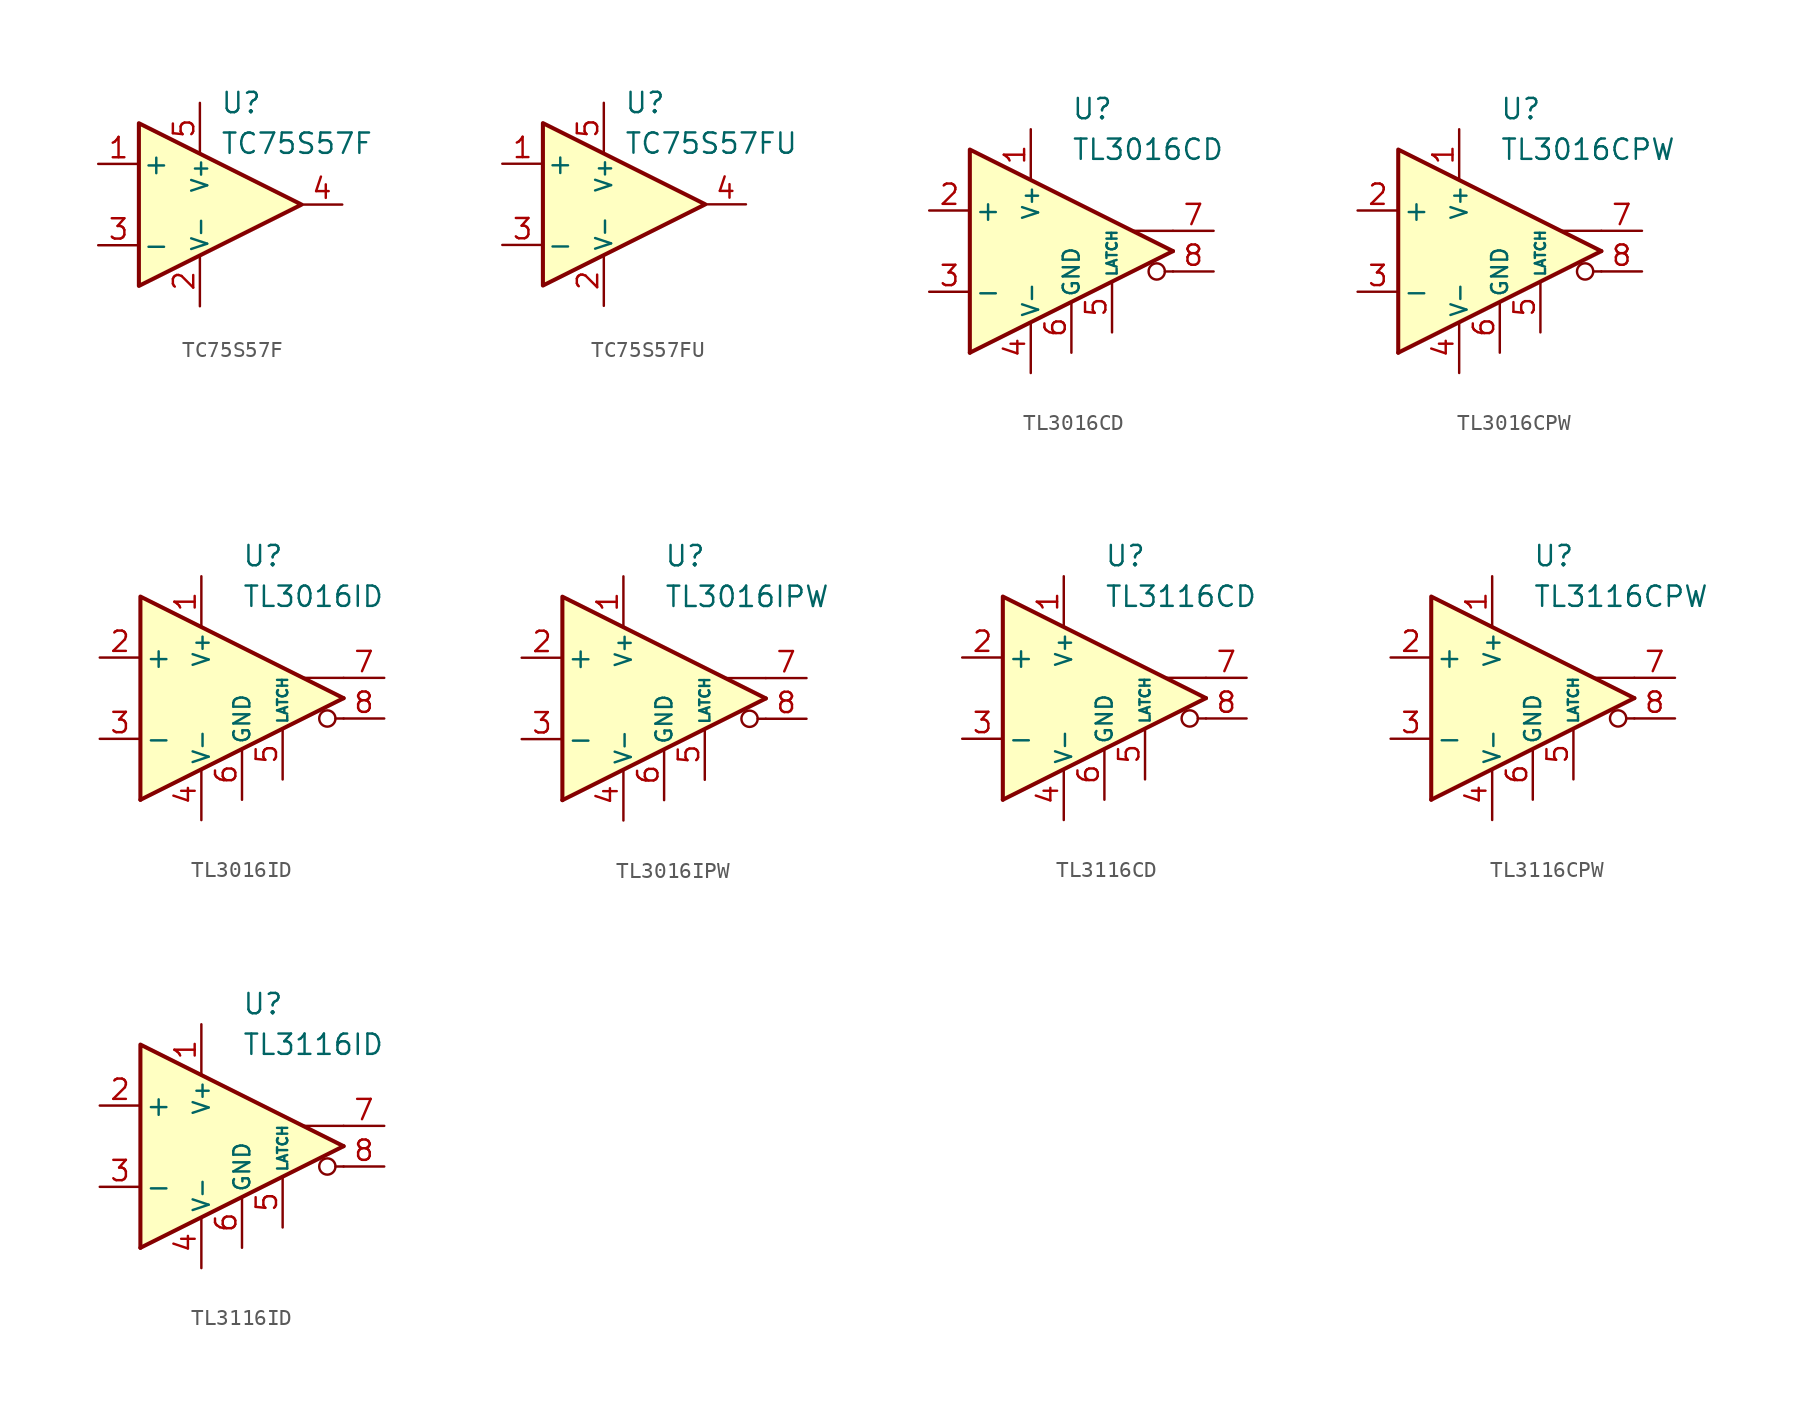
<source format=kicad_sym>
(kicad_symbol_lib
  (version 20211014)
  (generator kicad_symbol_editor)
  (symbol "TC75S57F"
    (pin_names
      (offset 0.2))
    (property "Reference" "U"
      (at 1.27 6.35 0)
      (effects (font (size 1.27 1.27)) (justify left)))
    (property "Value" "TC75S57F"
      (at 1.27 3.81 0)
      (effects (font (size 1.27 1.27)) (justify left)))
    (symbol "TC75S57F_0_1"
      (polyline (pts (xy -3.81 5.08) (xy -3.81 -5.08) (xy 6.35 0) (xy -3.81 5.08)) (stroke (width 0.254) (type default) (color 0 0 0 0)) (fill (type background))))
    (symbol "TC75S57F_1_1"
      (pin input line (at -6.35 2.54 0) (length 2.54) (name "+" (effects (font (size 1.27 1.27)))) (number "1" (effects (font (size 1.27 1.27)))))
      (pin power_in line (at 0 -6.35 90) (length 3.18) (name "V-" (effects (font (size 1 1)))) (number "2" (effects (font (size 1.27 1.27)))))
      (pin input line (at -6.35 -2.54 0) (length 2.54) (name "-" (effects (font (size 1.27 1.27)))) (number "3" (effects (font (size 1.27 1.27)))))
      (pin output line (at 8.89 0 180) (length 2.54) (name "~" (effects (font (size 1.27 1.27)))) (number "4" (effects (font (size 1.27 1.27)))))
      (pin power_in line (at 0 6.35 270) (length 3.18) (name "V+" (effects (font (size 1 1)))) (number "5" (effects (font (size 1.27 1.27)))))))
  (symbol "TC75S57FU"
    (pin_names
      (offset 0.2))
    (property "Reference" "U"
      (at 1.27 6.35 0)
      (effects (font (size 1.27 1.27)) (justify left)))
    (property "Value" "TC75S57FU"
      (at 1.27 3.81 0)
      (effects (font (size 1.27 1.27)) (justify left)))
    (symbol "TC75S57FU_0_1"
      (polyline (pts (xy -3.81 5.08) (xy -3.81 -5.08) (xy 6.35 0) (xy -3.81 5.08)) (stroke (width 0.254) (type default) (color 0 0 0 0)) (fill (type background))))
    (symbol "TC75S57FU_1_1"
      (pin input line (at -6.35 2.54 0) (length 2.54) (name "+" (effects (font (size 1.27 1.27)))) (number "1" (effects (font (size 1.27 1.27)))))
      (pin power_in line (at 0 -6.35 90) (length 3.18) (name "V-" (effects (font (size 1 1)))) (number "2" (effects (font (size 1.27 1.27)))))
      (pin input line (at -6.35 -2.54 0) (length 2.54) (name "-" (effects (font (size 1.27 1.27)))) (number "3" (effects (font (size 1.27 1.27)))))
      (pin output line (at 8.89 0 180) (length 2.54) (name "~" (effects (font (size 1.27 1.27)))) (number "4" (effects (font (size 1.27 1.27)))))
      (pin power_in line (at 0 6.35 270) (length 3.18) (name "V+" (effects (font (size 1 1)))) (number "5" (effects (font (size 1.27 1.27)))))))
  (symbol "TL3016CD"
    (pin_names
      (offset 0.254))
    (property "Reference" "U"
      (at 0 8.89 0)
      (effects (font (size 1.27 1.27)) (justify left)))
    (property "Value" "TL3016CD"
      (at 0 6.35 0)
      (effects (font (size 1.27 1.27)) (justify left)))
    (symbol "TL3016CD_0_0"
      (polyline (pts (xy 6.35 -1.27) (xy 5.842 -1.27)) (stroke (width 0.152) (type default) (color 0 0 0 0)) (fill (type none)))
      (polyline (pts (xy 6.35 0) (xy -6.35 -6.35)) (stroke (width 0.254) (type default) (color 0 0 0 0)) (fill (type none)))
      (polyline (pts (xy 6.35 1.27) (xy 3.81 1.27)) (stroke (width 0.152) (type default) (color 0 0 0 0)) (fill (type none)))
      (polyline (pts (xy 6.35 0) (xy -6.35 6.35) (xy -6.35 -6.35)) (stroke (width 0.254) (type default) (color 0 0 0 0)) (fill (type background)))
      (circle (center 5.334 -1.27) (radius 0.508) (stroke (width 0.152) (type default) (color 0 0 0 0)) (fill (type none))))
    (symbol "TL3016CD_1_1"
      (pin power_in line (at -2.54 7.62 270) (length 3.18) (name "V+" (effects (font (size 1 1)))) (number "1" (effects (font (size 1.27 1.27)))))
      (pin input line (at -8.89 2.54 0) (length 2.54) (name "+" (effects (font (size 1.27 1.27)))) (number "2" (effects (font (size 1.27 1.27)))))
      (pin input line (at -8.89 -2.54 0) (length 2.54) (name "-" (effects (font (size 1.27 1.27)))) (number "3" (effects (font (size 1.27 1.27)))))
      (pin power_in line (at -2.54 -7.62 90) (length 3.18) (name "V-" (effects (font (size 1 1)))) (number "4" (effects (font (size 1.27 1.27)))))
      (pin input line (at 2.54 -5.08 90) (length 3.18) (name "LATCH" (effects (font (size 0.635 0.635)))) (number "5" (effects (font (size 1.27 1.27)))))
      (pin power_in line (at 0 -6.35 90) (length 3.18) (name "GND" (effects (font (size 1 1)))) (number "6" (effects (font (size 1.27 1.27)))))
      (pin output line (at 8.89 1.27 180) (length 2.54) (name "~" (effects (font (size 1.27 1.27)))) (number "7" (effects (font (size 1.27 1.27)))))
      (pin output line (at 8.89 -1.27 180) (length 2.54) (name "~" (effects (font (size 1.27 1.27)))) (number "8" (effects (font (size 1.27 1.27)))))))
  (symbol "TL3016CPW"
    (pin_names
      (offset 0.254))
    (property "Reference" "U"
      (at 0 8.89 0)
      (effects (font (size 1.27 1.27)) (justify left)))
    (property "Value" "TL3016CPW"
      (at 0 6.35 0)
      (effects (font (size 1.27 1.27)) (justify left)))
    (symbol "TL3016CPW_0_0"
      (polyline (pts (xy 6.35 -1.27) (xy 5.842 -1.27)) (stroke (width 0.152) (type default) (color 0 0 0 0)) (fill (type none)))
      (polyline (pts (xy 6.35 0) (xy -6.35 -6.35)) (stroke (width 0.254) (type default) (color 0 0 0 0)) (fill (type none)))
      (polyline (pts (xy 6.35 1.27) (xy 3.81 1.27)) (stroke (width 0.152) (type default) (color 0 0 0 0)) (fill (type none)))
      (polyline (pts (xy 6.35 0) (xy -6.35 6.35) (xy -6.35 -6.35)) (stroke (width 0.254) (type default) (color 0 0 0 0)) (fill (type background)))
      (circle (center 5.334 -1.27) (radius 0.508) (stroke (width 0.152) (type default) (color 0 0 0 0)) (fill (type none))))
    (symbol "TL3016CPW_1_1"
      (pin power_in line (at -2.54 7.62 270) (length 3.18) (name "V+" (effects (font (size 1 1)))) (number "1" (effects (font (size 1.27 1.27)))))
      (pin input line (at -8.89 2.54 0) (length 2.54) (name "+" (effects (font (size 1.27 1.27)))) (number "2" (effects (font (size 1.27 1.27)))))
      (pin input line (at -8.89 -2.54 0) (length 2.54) (name "-" (effects (font (size 1.27 1.27)))) (number "3" (effects (font (size 1.27 1.27)))))
      (pin power_in line (at -2.54 -7.62 90) (length 3.18) (name "V-" (effects (font (size 1 1)))) (number "4" (effects (font (size 1.27 1.27)))))
      (pin input line (at 2.54 -5.08 90) (length 3.18) (name "LATCH" (effects (font (size 0.635 0.635)))) (number "5" (effects (font (size 1.27 1.27)))))
      (pin power_in line (at 0 -6.35 90) (length 3.18) (name "GND" (effects (font (size 1 1)))) (number "6" (effects (font (size 1.27 1.27)))))
      (pin output line (at 8.89 1.27 180) (length 2.54) (name "~" (effects (font (size 1.27 1.27)))) (number "7" (effects (font (size 1.27 1.27)))))
      (pin output line (at 8.89 -1.27 180) (length 2.54) (name "~" (effects (font (size 1.27 1.27)))) (number "8" (effects (font (size 1.27 1.27)))))))
  (symbol "TL3016ID"
    (pin_names
      (offset 0.254))
    (property "Reference" "U"
      (at 0 8.89 0)
      (effects (font (size 1.27 1.27)) (justify left)))
    (property "Value" "TL3016ID"
      (at 0 6.35 0)
      (effects (font (size 1.27 1.27)) (justify left)))
    (symbol "TL3016ID_0_0"
      (polyline (pts (xy 6.35 -1.27) (xy 5.842 -1.27)) (stroke (width 0.152) (type default) (color 0 0 0 0)) (fill (type none)))
      (polyline (pts (xy 6.35 0) (xy -6.35 -6.35)) (stroke (width 0.254) (type default) (color 0 0 0 0)) (fill (type none)))
      (polyline (pts (xy 6.35 1.27) (xy 3.81 1.27)) (stroke (width 0.152) (type default) (color 0 0 0 0)) (fill (type none)))
      (polyline (pts (xy 6.35 0) (xy -6.35 6.35) (xy -6.35 -6.35)) (stroke (width 0.254) (type default) (color 0 0 0 0)) (fill (type background)))
      (circle (center 5.334 -1.27) (radius 0.508) (stroke (width 0.152) (type default) (color 0 0 0 0)) (fill (type none))))
    (symbol "TL3016ID_1_1"
      (pin power_in line (at -2.54 7.62 270) (length 3.18) (name "V+" (effects (font (size 1 1)))) (number "1" (effects (font (size 1.27 1.27)))))
      (pin input line (at -8.89 2.54 0) (length 2.54) (name "+" (effects (font (size 1.27 1.27)))) (number "2" (effects (font (size 1.27 1.27)))))
      (pin input line (at -8.89 -2.54 0) (length 2.54) (name "-" (effects (font (size 1.27 1.27)))) (number "3" (effects (font (size 1.27 1.27)))))
      (pin power_in line (at -2.54 -7.62 90) (length 3.18) (name "V-" (effects (font (size 1 1)))) (number "4" (effects (font (size 1.27 1.27)))))
      (pin input line (at 2.54 -5.08 90) (length 3.18) (name "LATCH" (effects (font (size 0.635 0.635)))) (number "5" (effects (font (size 1.27 1.27)))))
      (pin power_in line (at 0 -6.35 90) (length 3.18) (name "GND" (effects (font (size 1 1)))) (number "6" (effects (font (size 1.27 1.27)))))
      (pin output line (at 8.89 1.27 180) (length 2.54) (name "~" (effects (font (size 1.27 1.27)))) (number "7" (effects (font (size 1.27 1.27)))))
      (pin output line (at 8.89 -1.27 180) (length 2.54) (name "~" (effects (font (size 1.27 1.27)))) (number "8" (effects (font (size 1.27 1.27)))))))
  (symbol "TL3016IPW"
    (pin_names
      (offset 0.254))
    (property "Reference" "U"
      (at 0 8.89 0)
      (effects (font (size 1.27 1.27)) (justify left)))
    (property "Value" "TL3016IPW"
      (at 0 6.35 0)
      (effects (font (size 1.27 1.27)) (justify left)))
    (symbol "TL3016IPW_0_0"
      (polyline (pts (xy 6.35 -1.27) (xy 5.842 -1.27)) (stroke (width 0.152) (type default) (color 0 0 0 0)) (fill (type none)))
      (polyline (pts (xy 6.35 0) (xy -6.35 -6.35)) (stroke (width 0.254) (type default) (color 0 0 0 0)) (fill (type none)))
      (polyline (pts (xy 6.35 1.27) (xy 3.81 1.27)) (stroke (width 0.152) (type default) (color 0 0 0 0)) (fill (type none)))
      (polyline (pts (xy 6.35 0) (xy -6.35 6.35) (xy -6.35 -6.35)) (stroke (width 0.254) (type default) (color 0 0 0 0)) (fill (type background)))
      (circle (center 5.334 -1.27) (radius 0.508) (stroke (width 0.152) (type default) (color 0 0 0 0)) (fill (type none))))
    (symbol "TL3016IPW_1_1"
      (pin power_in line (at -2.54 7.62 270) (length 3.18) (name "V+" (effects (font (size 1 1)))) (number "1" (effects (font (size 1.27 1.27)))))
      (pin input line (at -8.89 2.54 0) (length 2.54) (name "+" (effects (font (size 1.27 1.27)))) (number "2" (effects (font (size 1.27 1.27)))))
      (pin input line (at -8.89 -2.54 0) (length 2.54) (name "-" (effects (font (size 1.27 1.27)))) (number "3" (effects (font (size 1.27 1.27)))))
      (pin power_in line (at -2.54 -7.62 90) (length 3.18) (name "V-" (effects (font (size 1 1)))) (number "4" (effects (font (size 1.27 1.27)))))
      (pin input line (at 2.54 -5.08 90) (length 3.18) (name "LATCH" (effects (font (size 0.635 0.635)))) (number "5" (effects (font (size 1.27 1.27)))))
      (pin power_in line (at 0 -6.35 90) (length 3.18) (name "GND" (effects (font (size 1 1)))) (number "6" (effects (font (size 1.27 1.27)))))
      (pin output line (at 8.89 1.27 180) (length 2.54) (name "~" (effects (font (size 1.27 1.27)))) (number "7" (effects (font (size 1.27 1.27)))))
      (pin output line (at 8.89 -1.27 180) (length 2.54) (name "~" (effects (font (size 1.27 1.27)))) (number "8" (effects (font (size 1.27 1.27)))))))
  (symbol "TL3116CD"
    (pin_names
      (offset 0.254))
    (property "Reference" "U"
      (at 0 8.89 0)
      (effects (font (size 1.27 1.27)) (justify left)))
    (property "Value" "TL3116CD"
      (at 0 6.35 0)
      (effects (font (size 1.27 1.27)) (justify left)))
    (symbol "TL3116CD_0_0"
      (polyline (pts (xy 6.35 -1.27) (xy 5.842 -1.27)) (stroke (width 0.152) (type default) (color 0 0 0 0)) (fill (type none)))
      (polyline (pts (xy 6.35 0) (xy -6.35 -6.35)) (stroke (width 0.254) (type default) (color 0 0 0 0)) (fill (type none)))
      (polyline (pts (xy 6.35 1.27) (xy 3.81 1.27)) (stroke (width 0.152) (type default) (color 0 0 0 0)) (fill (type none)))
      (polyline (pts (xy 6.35 0) (xy -6.35 6.35) (xy -6.35 -6.35)) (stroke (width 0.254) (type default) (color 0 0 0 0)) (fill (type background)))
      (circle (center 5.334 -1.27) (radius 0.508) (stroke (width 0.152) (type default) (color 0 0 0 0)) (fill (type none))))
    (symbol "TL3116CD_1_1"
      (pin power_in line (at -2.54 7.62 270) (length 3.18) (name "V+" (effects (font (size 1 1)))) (number "1" (effects (font (size 1.27 1.27)))))
      (pin input line (at -8.89 2.54 0) (length 2.54) (name "+" (effects (font (size 1.27 1.27)))) (number "2" (effects (font (size 1.27 1.27)))))
      (pin input line (at -8.89 -2.54 0) (length 2.54) (name "-" (effects (font (size 1.27 1.27)))) (number "3" (effects (font (size 1.27 1.27)))))
      (pin power_in line (at -2.54 -7.62 90) (length 3.18) (name "V-" (effects (font (size 1 1)))) (number "4" (effects (font (size 1.27 1.27)))))
      (pin input line (at 2.54 -5.08 90) (length 3.18) (name "LATCH" (effects (font (size 0.635 0.635)))) (number "5" (effects (font (size 1.27 1.27)))))
      (pin power_in line (at 0 -6.35 90) (length 3.18) (name "GND" (effects (font (size 1 1)))) (number "6" (effects (font (size 1.27 1.27)))))
      (pin output line (at 8.89 1.27 180) (length 2.54) (name "~" (effects (font (size 1.27 1.27)))) (number "7" (effects (font (size 1.27 1.27)))))
      (pin output line (at 8.89 -1.27 180) (length 2.54) (name "~" (effects (font (size 1.27 1.27)))) (number "8" (effects (font (size 1.27 1.27)))))))
  (symbol "TL3116CPW"
    (pin_names
      (offset 0.254))
    (property "Reference" "U"
      (at 0 8.89 0)
      (effects (font (size 1.27 1.27)) (justify left)))
    (property "Value" "TL3116CPW"
      (at 0 6.35 0)
      (effects (font (size 1.27 1.27)) (justify left)))
    (symbol "TL3116CPW_0_0"
      (polyline (pts (xy 6.35 -1.27) (xy 5.842 -1.27)) (stroke (width 0.152) (type default) (color 0 0 0 0)) (fill (type none)))
      (polyline (pts (xy 6.35 0) (xy -6.35 -6.35)) (stroke (width 0.254) (type default) (color 0 0 0 0)) (fill (type none)))
      (polyline (pts (xy 6.35 1.27) (xy 3.81 1.27)) (stroke (width 0.152) (type default) (color 0 0 0 0)) (fill (type none)))
      (polyline (pts (xy 6.35 0) (xy -6.35 6.35) (xy -6.35 -6.35)) (stroke (width 0.254) (type default) (color 0 0 0 0)) (fill (type background)))
      (circle (center 5.334 -1.27) (radius 0.508) (stroke (width 0.152) (type default) (color 0 0 0 0)) (fill (type none))))
    (symbol "TL3116CPW_1_1"
      (pin power_in line (at -2.54 7.62 270) (length 3.18) (name "V+" (effects (font (size 1 1)))) (number "1" (effects (font (size 1.27 1.27)))))
      (pin input line (at -8.89 2.54 0) (length 2.54) (name "+" (effects (font (size 1.27 1.27)))) (number "2" (effects (font (size 1.27 1.27)))))
      (pin input line (at -8.89 -2.54 0) (length 2.54) (name "-" (effects (font (size 1.27 1.27)))) (number "3" (effects (font (size 1.27 1.27)))))
      (pin power_in line (at -2.54 -7.62 90) (length 3.18) (name "V-" (effects (font (size 1 1)))) (number "4" (effects (font (size 1.27 1.27)))))
      (pin input line (at 2.54 -5.08 90) (length 3.18) (name "LATCH" (effects (font (size 0.635 0.635)))) (number "5" (effects (font (size 1.27 1.27)))))
      (pin power_in line (at 0 -6.35 90) (length 3.18) (name "GND" (effects (font (size 1 1)))) (number "6" (effects (font (size 1.27 1.27)))))
      (pin output line (at 8.89 1.27 180) (length 2.54) (name "~" (effects (font (size 1.27 1.27)))) (number "7" (effects (font (size 1.27 1.27)))))
      (pin output line (at 8.89 -1.27 180) (length 2.54) (name "~" (effects (font (size 1.27 1.27)))) (number "8" (effects (font (size 1.27 1.27)))))))
  (symbol "TL3116ID"
    (pin_names
      (offset 0.254))
    (property "Reference" "U"
      (at 0 8.89 0)
      (effects (font (size 1.27 1.27)) (justify left)))
    (property "Value" "TL3116ID"
      (at 0 6.35 0)
      (effects (font (size 1.27 1.27)) (justify left)))
    (symbol "TL3116ID_0_0"
      (polyline (pts (xy 6.35 -1.27) (xy 5.842 -1.27)) (stroke (width 0.152) (type default) (color 0 0 0 0)) (fill (type none)))
      (polyline (pts (xy 6.35 0) (xy -6.35 -6.35)) (stroke (width 0.254) (type default) (color 0 0 0 0)) (fill (type none)))
      (polyline (pts (xy 6.35 1.27) (xy 3.81 1.27)) (stroke (width 0.152) (type default) (color 0 0 0 0)) (fill (type none)))
      (polyline (pts (xy 6.35 0) (xy -6.35 6.35) (xy -6.35 -6.35)) (stroke (width 0.254) (type default) (color 0 0 0 0)) (fill (type background)))
      (circle (center 5.334 -1.27) (radius 0.508) (stroke (width 0.152) (type default) (color 0 0 0 0)) (fill (type none))))
    (symbol "TL3116ID_1_1"
      (pin power_in line (at -2.54 7.62 270) (length 3.18) (name "V+" (effects (font (size 1 1)))) (number "1" (effects (font (size 1.27 1.27)))))
      (pin input line (at -8.89 2.54 0) (length 2.54) (name "+" (effects (font (size 1.27 1.27)))) (number "2" (effects (font (size 1.27 1.27)))))
      (pin input line (at -8.89 -2.54 0) (length 2.54) (name "-" (effects (font (size 1.27 1.27)))) (number "3" (effects (font (size 1.27 1.27)))))
      (pin power_in line (at -2.54 -7.62 90) (length 3.18) (name "V-" (effects (font (size 1 1)))) (number "4" (effects (font (size 1.27 1.27)))))
      (pin input line (at 2.54 -5.08 90) (length 3.18) (name "LATCH" (effects (font (size 0.635 0.635)))) (number "5" (effects (font (size 1.27 1.27)))))
      (pin power_in line (at 0 -6.35 90) (length 3.18) (name "GND" (effects (font (size 1 1)))) (number "6" (effects (font (size 1.27 1.27)))))
      (pin output line (at 8.89 1.27 180) (length 2.54) (name "~" (effects (font (size 1.27 1.27)))) (number "7" (effects (font (size 1.27 1.27)))))
      (pin output line (at 8.89 -1.27 180) (length 2.54) (name "~" (effects (font (size 1.27 1.27)))) (number "8" (effects (font (size 1.27 1.27))))))))
</source>
